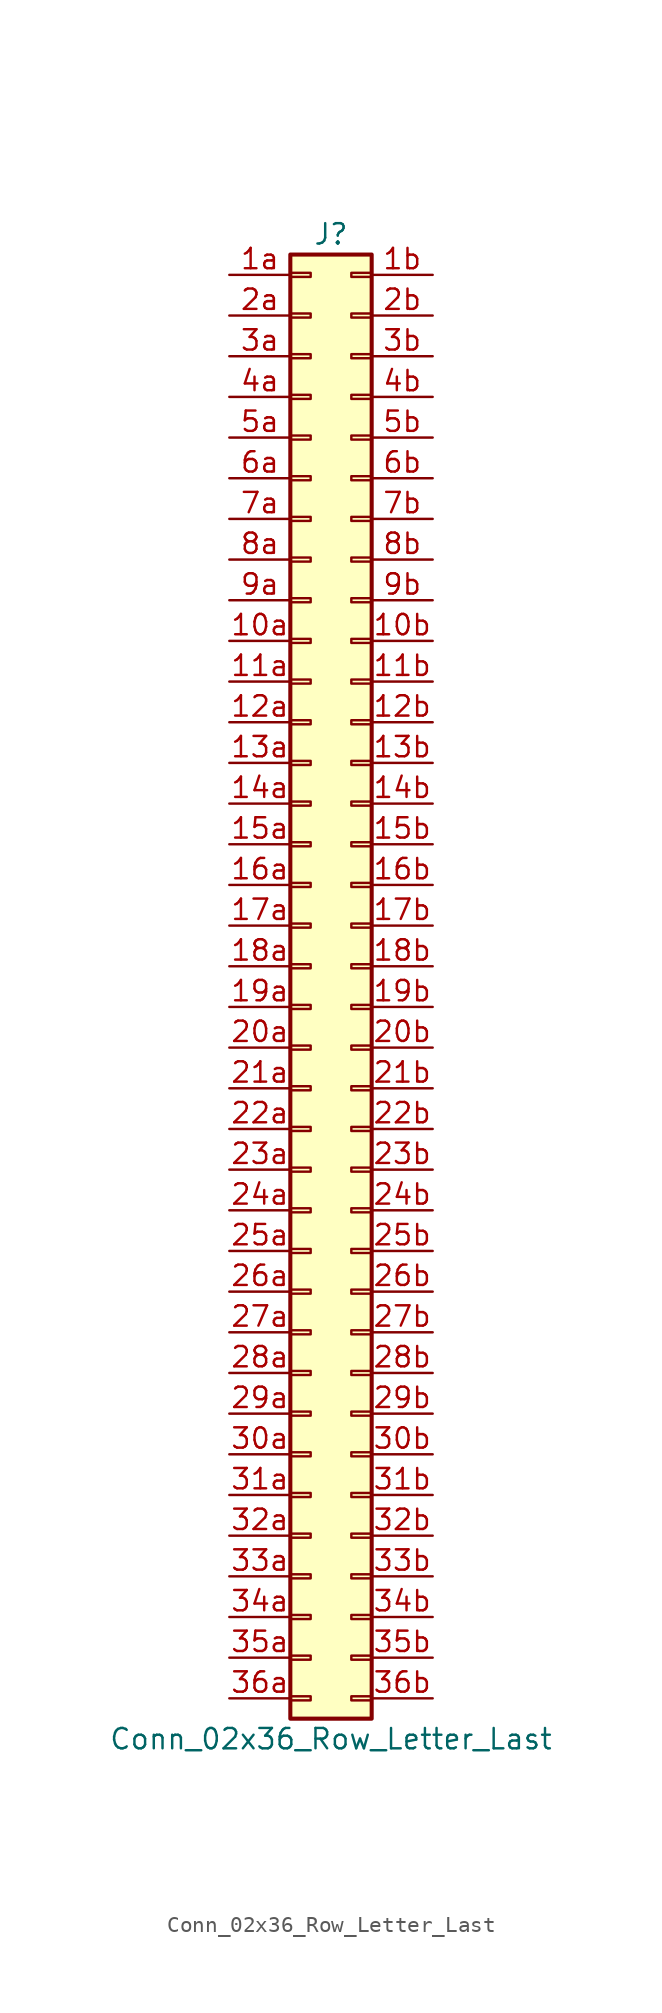
<source format=kicad_sym>
(kicad_symbol_lib
  (version 20201005)
  (generator kicad_symbol_editor)
  (symbol "Conn_02x36_Row_Letter_Last"
    (pin_names
      (offset 1.016) hide)
    (property "Reference" "J"
      (at 1.27 45.72 0)
      (effects (font (size 1.27 1.27))))
    (property "Value" "Conn_02x36_Row_Letter_Last"
      (at 1.27 -48.26 0)
      (effects (font (size 1.27 1.27))))
    (symbol "Conn_02x36_Row_Letter_Last_1_1"
      (rectangle (start -1.27 -45.593) (end 0 -45.847) (stroke (width 0.152)) (fill (type none)))
      (rectangle (start -1.27 -43.053) (end 0 -43.307) (stroke (width 0.152)) (fill (type none)))
      (rectangle (start -1.27 -40.513) (end 0 -40.767) (stroke (width 0.152)) (fill (type none)))
      (rectangle (start -1.27 -37.973) (end 0 -38.227) (stroke (width 0.152)) (fill (type none)))
      (rectangle (start -1.27 -35.433) (end 0 -35.687) (stroke (width 0.152)) (fill (type none)))
      (rectangle (start -1.27 -32.893) (end 0 -33.147) (stroke (width 0.152)) (fill (type none)))
      (rectangle (start -1.27 -30.353) (end 0 -30.607) (stroke (width 0.152)) (fill (type none)))
      (rectangle (start -1.27 -27.813) (end 0 -28.067) (stroke (width 0.152)) (fill (type none)))
      (rectangle (start -1.27 -25.273) (end 0 -25.527) (stroke (width 0.152)) (fill (type none)))
      (rectangle (start -1.27 -22.733) (end 0 -22.987) (stroke (width 0.152)) (fill (type none)))
      (rectangle (start -1.27 -20.193) (end 0 -20.447) (stroke (width 0.152)) (fill (type none)))
      (rectangle (start -1.27 -17.653) (end 0 -17.907) (stroke (width 0.152)) (fill (type none)))
      (rectangle (start -1.27 -15.113) (end 0 -15.367) (stroke (width 0.152)) (fill (type none)))
      (rectangle (start -1.27 -12.573) (end 0 -12.827) (stroke (width 0.152)) (fill (type none)))
      (rectangle (start -1.27 -10.033) (end 0 -10.287) (stroke (width 0.152)) (fill (type none)))
      (rectangle (start -1.27 -7.493) (end 0 -7.747) (stroke (width 0.152)) (fill (type none)))
      (rectangle (start -1.27 -4.953) (end 0 -5.207) (stroke (width 0.152)) (fill (type none)))
      (rectangle (start -1.27 -2.413) (end 0 -2.667) (stroke (width 0.152)) (fill (type none)))
      (rectangle (start -1.27 0.127) (end 0 -0.127) (stroke (width 0.152)) (fill (type none)))
      (rectangle (start -1.27 2.667) (end 0 2.413) (stroke (width 0.152)) (fill (type none)))
      (rectangle (start -1.27 5.207) (end 0 4.953) (stroke (width 0.152)) (fill (type none)))
      (rectangle (start -1.27 7.747) (end 0 7.493) (stroke (width 0.152)) (fill (type none)))
      (rectangle (start -1.27 10.287) (end 0 10.033) (stroke (width 0.152)) (fill (type none)))
      (rectangle (start -1.27 12.827) (end 0 12.573) (stroke (width 0.152)) (fill (type none)))
      (rectangle (start -1.27 15.367) (end 0 15.113) (stroke (width 0.152)) (fill (type none)))
      (rectangle (start -1.27 17.907) (end 0 17.653) (stroke (width 0.152)) (fill (type none)))
      (rectangle (start -1.27 20.447) (end 0 20.193) (stroke (width 0.152)) (fill (type none)))
      (rectangle (start -1.27 22.987) (end 0 22.733) (stroke (width 0.152)) (fill (type none)))
      (rectangle (start -1.27 25.527) (end 0 25.273) (stroke (width 0.152)) (fill (type none)))
      (rectangle (start -1.27 28.067) (end 0 27.813) (stroke (width 0.152)) (fill (type none)))
      (rectangle (start -1.27 30.607) (end 0 30.353) (stroke (width 0.152)) (fill (type none)))
      (rectangle (start -1.27 33.147) (end 0 32.893) (stroke (width 0.152)) (fill (type none)))
      (rectangle (start -1.27 35.687) (end 0 35.433) (stroke (width 0.152)) (fill (type none)))
      (rectangle (start -1.27 38.227) (end 0 37.973) (stroke (width 0.152)) (fill (type none)))
      (rectangle (start -1.27 40.767) (end 0 40.513) (stroke (width 0.152)) (fill (type none)))
      (rectangle (start -1.27 43.307) (end 0 43.053) (stroke (width 0.152)) (fill (type none)))
      (rectangle (start -1.27 44.45) (end 3.81 -46.99) (stroke (width 0.254)) (fill (type background)))
      (rectangle (start 3.81 -45.593) (end 2.54 -45.847) (stroke (width 0.152)) (fill (type none)))
      (rectangle (start 3.81 -43.053) (end 2.54 -43.307) (stroke (width 0.152)) (fill (type none)))
      (rectangle (start 3.81 -40.513) (end 2.54 -40.767) (stroke (width 0.152)) (fill (type none)))
      (rectangle (start 3.81 -37.973) (end 2.54 -38.227) (stroke (width 0.152)) (fill (type none)))
      (rectangle (start 3.81 -35.433) (end 2.54 -35.687) (stroke (width 0.152)) (fill (type none)))
      (rectangle (start 3.81 -32.893) (end 2.54 -33.147) (stroke (width 0.152)) (fill (type none)))
      (rectangle (start 3.81 -30.353) (end 2.54 -30.607) (stroke (width 0.152)) (fill (type none)))
      (rectangle (start 3.81 -27.813) (end 2.54 -28.067) (stroke (width 0.152)) (fill (type none)))
      (rectangle (start 3.81 -25.273) (end 2.54 -25.527) (stroke (width 0.152)) (fill (type none)))
      (rectangle (start 3.81 -22.733) (end 2.54 -22.987) (stroke (width 0.152)) (fill (type none)))
      (rectangle (start 3.81 -20.193) (end 2.54 -20.447) (stroke (width 0.152)) (fill (type none)))
      (rectangle (start 3.81 -17.653) (end 2.54 -17.907) (stroke (width 0.152)) (fill (type none)))
      (rectangle (start 3.81 -15.113) (end 2.54 -15.367) (stroke (width 0.152)) (fill (type none)))
      (rectangle (start 3.81 -12.573) (end 2.54 -12.827) (stroke (width 0.152)) (fill (type none)))
      (rectangle (start 3.81 -10.033) (end 2.54 -10.287) (stroke (width 0.152)) (fill (type none)))
      (rectangle (start 3.81 -7.493) (end 2.54 -7.747) (stroke (width 0.152)) (fill (type none)))
      (rectangle (start 3.81 -4.953) (end 2.54 -5.207) (stroke (width 0.152)) (fill (type none)))
      (rectangle (start 3.81 -2.413) (end 2.54 -2.667) (stroke (width 0.152)) (fill (type none)))
      (rectangle (start 3.81 0.127) (end 2.54 -0.127) (stroke (width 0.152)) (fill (type none)))
      (rectangle (start 3.81 2.667) (end 2.54 2.413) (stroke (width 0.152)) (fill (type none)))
      (rectangle (start 3.81 5.207) (end 2.54 4.953) (stroke (width 0.152)) (fill (type none)))
      (rectangle (start 3.81 7.747) (end 2.54 7.493) (stroke (width 0.152)) (fill (type none)))
      (rectangle (start 3.81 10.287) (end 2.54 10.033) (stroke (width 0.152)) (fill (type none)))
      (rectangle (start 3.81 12.827) (end 2.54 12.573) (stroke (width 0.152)) (fill (type none)))
      (rectangle (start 3.81 15.367) (end 2.54 15.113) (stroke (width 0.152)) (fill (type none)))
      (rectangle (start 3.81 17.907) (end 2.54 17.653) (stroke (width 0.152)) (fill (type none)))
      (rectangle (start 3.81 20.447) (end 2.54 20.193) (stroke (width 0.152)) (fill (type none)))
      (rectangle (start 3.81 22.987) (end 2.54 22.733) (stroke (width 0.152)) (fill (type none)))
      (rectangle (start 3.81 25.527) (end 2.54 25.273) (stroke (width 0.152)) (fill (type none)))
      (rectangle (start 3.81 28.067) (end 2.54 27.813) (stroke (width 0.152)) (fill (type none)))
      (rectangle (start 3.81 30.607) (end 2.54 30.353) (stroke (width 0.152)) (fill (type none)))
      (rectangle (start 3.81 33.147) (end 2.54 32.893) (stroke (width 0.152)) (fill (type none)))
      (rectangle (start 3.81 35.687) (end 2.54 35.433) (stroke (width 0.152)) (fill (type none)))
      (rectangle (start 3.81 38.227) (end 2.54 37.973) (stroke (width 0.152)) (fill (type none)))
      (rectangle (start 3.81 40.767) (end 2.54 40.513) (stroke (width 0.152)) (fill (type none)))
      (rectangle (start 3.81 43.307) (end 2.54 43.053) (stroke (width 0.152)) (fill (type none)))
      (pin passive line (at -5.08 20.32 0) (length 3.81) (name "Pin_10a" (effects (font (size 1.27 1.27)))) (number "10a" (effects (font (size 1.27 1.27)))))
      (pin passive line (at 7.62 20.32 180) (length 3.81) (name "Pin_10b" (effects (font (size 1.27 1.27)))) (number "10b" (effects (font (size 1.27 1.27)))))
      (pin passive line (at -5.08 17.78 0) (length 3.81) (name "Pin_11a" (effects (font (size 1.27 1.27)))) (number "11a" (effects (font (size 1.27 1.27)))))
      (pin passive line (at 7.62 17.78 180) (length 3.81) (name "Pin_11b" (effects (font (size 1.27 1.27)))) (number "11b" (effects (font (size 1.27 1.27)))))
      (pin passive line (at -5.08 15.24 0) (length 3.81) (name "Pin_12a" (effects (font (size 1.27 1.27)))) (number "12a" (effects (font (size 1.27 1.27)))))
      (pin passive line (at 7.62 15.24 180) (length 3.81) (name "Pin_12b" (effects (font (size 1.27 1.27)))) (number "12b" (effects (font (size 1.27 1.27)))))
      (pin passive line (at -5.08 12.7 0) (length 3.81) (name "Pin_13a" (effects (font (size 1.27 1.27)))) (number "13a" (effects (font (size 1.27 1.27)))))
      (pin passive line (at 7.62 12.7 180) (length 3.81) (name "Pin_13b" (effects (font (size 1.27 1.27)))) (number "13b" (effects (font (size 1.27 1.27)))))
      (pin passive line (at -5.08 10.16 0) (length 3.81) (name "Pin_14a" (effects (font (size 1.27 1.27)))) (number "14a" (effects (font (size 1.27 1.27)))))
      (pin passive line (at 7.62 10.16 180) (length 3.81) (name "Pin_14b" (effects (font (size 1.27 1.27)))) (number "14b" (effects (font (size 1.27 1.27)))))
      (pin passive line (at -5.08 7.62 0) (length 3.81) (name "Pin_15a" (effects (font (size 1.27 1.27)))) (number "15a" (effects (font (size 1.27 1.27)))))
      (pin passive line (at 7.62 7.62 180) (length 3.81) (name "Pin_15b" (effects (font (size 1.27 1.27)))) (number "15b" (effects (font (size 1.27 1.27)))))
      (pin passive line (at -5.08 5.08 0) (length 3.81) (name "Pin_16a" (effects (font (size 1.27 1.27)))) (number "16a" (effects (font (size 1.27 1.27)))))
      (pin passive line (at 7.62 5.08 180) (length 3.81) (name "Pin_16b" (effects (font (size 1.27 1.27)))) (number "16b" (effects (font (size 1.27 1.27)))))
      (pin passive line (at -5.08 2.54 0) (length 3.81) (name "Pin_17a" (effects (font (size 1.27 1.27)))) (number "17a" (effects (font (size 1.27 1.27)))))
      (pin passive line (at 7.62 2.54 180) (length 3.81) (name "Pin_17b" (effects (font (size 1.27 1.27)))) (number "17b" (effects (font (size 1.27 1.27)))))
      (pin passive line (at -5.08 0 0) (length 3.81) (name "Pin_18a" (effects (font (size 1.27 1.27)))) (number "18a" (effects (font (size 1.27 1.27)))))
      (pin passive line (at 7.62 0 180) (length 3.81) (name "Pin_18b" (effects (font (size 1.27 1.27)))) (number "18b" (effects (font (size 1.27 1.27)))))
      (pin passive line (at -5.08 -2.54 0) (length 3.81) (name "Pin_19a" (effects (font (size 1.27 1.27)))) (number "19a" (effects (font (size 1.27 1.27)))))
      (pin passive line (at 7.62 -2.54 180) (length 3.81) (name "Pin_19b" (effects (font (size 1.27 1.27)))) (number "19b" (effects (font (size 1.27 1.27)))))
      (pin passive line (at -5.08 43.18 0) (length 3.81) (name "Pin_1a" (effects (font (size 1.27 1.27)))) (number "1a" (effects (font (size 1.27 1.27)))))
      (pin passive line (at 7.62 43.18 180) (length 3.81) (name "Pin_1b" (effects (font (size 1.27 1.27)))) (number "1b" (effects (font (size 1.27 1.27)))))
      (pin passive line (at -5.08 -5.08 0) (length 3.81) (name "Pin_20a" (effects (font (size 1.27 1.27)))) (number "20a" (effects (font (size 1.27 1.27)))))
      (pin passive line (at 7.62 -5.08 180) (length 3.81) (name "Pin_20b" (effects (font (size 1.27 1.27)))) (number "20b" (effects (font (size 1.27 1.27)))))
      (pin passive line (at -5.08 -7.62 0) (length 3.81) (name "Pin_21a" (effects (font (size 1.27 1.27)))) (number "21a" (effects (font (size 1.27 1.27)))))
      (pin passive line (at 7.62 -7.62 180) (length 3.81) (name "Pin_21b" (effects (font (size 1.27 1.27)))) (number "21b" (effects (font (size 1.27 1.27)))))
      (pin passive line (at -5.08 -10.16 0) (length 3.81) (name "Pin_22a" (effects (font (size 1.27 1.27)))) (number "22a" (effects (font (size 1.27 1.27)))))
      (pin passive line (at 7.62 -10.16 180) (length 3.81) (name "Pin_22b" (effects (font (size 1.27 1.27)))) (number "22b" (effects (font (size 1.27 1.27)))))
      (pin passive line (at -5.08 -12.7 0) (length 3.81) (name "Pin_23a" (effects (font (size 1.27 1.27)))) (number "23a" (effects (font (size 1.27 1.27)))))
      (pin passive line (at 7.62 -12.7 180) (length 3.81) (name "Pin_23b" (effects (font (size 1.27 1.27)))) (number "23b" (effects (font (size 1.27 1.27)))))
      (pin passive line (at -5.08 -15.24 0) (length 3.81) (name "Pin_24a" (effects (font (size 1.27 1.27)))) (number "24a" (effects (font (size 1.27 1.27)))))
      (pin passive line (at 7.62 -15.24 180) (length 3.81) (name "Pin_24b" (effects (font (size 1.27 1.27)))) (number "24b" (effects (font (size 1.27 1.27)))))
      (pin passive line (at -5.08 -17.78 0) (length 3.81) (name "Pin_25a" (effects (font (size 1.27 1.27)))) (number "25a" (effects (font (size 1.27 1.27)))))
      (pin passive line (at 7.62 -17.78 180) (length 3.81) (name "Pin_25b" (effects (font (size 1.27 1.27)))) (number "25b" (effects (font (size 1.27 1.27)))))
      (pin passive line (at -5.08 -20.32 0) (length 3.81) (name "Pin_26a" (effects (font (size 1.27 1.27)))) (number "26a" (effects (font (size 1.27 1.27)))))
      (pin passive line (at 7.62 -20.32 180) (length 3.81) (name "Pin_26b" (effects (font (size 1.27 1.27)))) (number "26b" (effects (font (size 1.27 1.27)))))
      (pin passive line (at -5.08 -22.86 0) (length 3.81) (name "Pin_27a" (effects (font (size 1.27 1.27)))) (number "27a" (effects (font (size 1.27 1.27)))))
      (pin passive line (at 7.62 -22.86 180) (length 3.81) (name "Pin_27b" (effects (font (size 1.27 1.27)))) (number "27b" (effects (font (size 1.27 1.27)))))
      (pin passive line (at -5.08 -25.4 0) (length 3.81) (name "Pin_28a" (effects (font (size 1.27 1.27)))) (number "28a" (effects (font (size 1.27 1.27)))))
      (pin passive line (at 7.62 -25.4 180) (length 3.81) (name "Pin_28b" (effects (font (size 1.27 1.27)))) (number "28b" (effects (font (size 1.27 1.27)))))
      (pin passive line (at -5.08 -27.94 0) (length 3.81) (name "Pin_29a" (effects (font (size 1.27 1.27)))) (number "29a" (effects (font (size 1.27 1.27)))))
      (pin passive line (at 7.62 -27.94 180) (length 3.81) (name "Pin_29b" (effects (font (size 1.27 1.27)))) (number "29b" (effects (font (size 1.27 1.27)))))
      (pin passive line (at -5.08 40.64 0) (length 3.81) (name "Pin_2a" (effects (font (size 1.27 1.27)))) (number "2a" (effects (font (size 1.27 1.27)))))
      (pin passive line (at 7.62 40.64 180) (length 3.81) (name "Pin_2b" (effects (font (size 1.27 1.27)))) (number "2b" (effects (font (size 1.27 1.27)))))
      (pin passive line (at -5.08 -30.48 0) (length 3.81) (name "Pin_30a" (effects (font (size 1.27 1.27)))) (number "30a" (effects (font (size 1.27 1.27)))))
      (pin passive line (at 7.62 -30.48 180) (length 3.81) (name "Pin_30b" (effects (font (size 1.27 1.27)))) (number "30b" (effects (font (size 1.27 1.27)))))
      (pin passive line (at -5.08 -33.02 0) (length 3.81) (name "Pin_31a" (effects (font (size 1.27 1.27)))) (number "31a" (effects (font (size 1.27 1.27)))))
      (pin passive line (at 7.62 -33.02 180) (length 3.81) (name "Pin_31b" (effects (font (size 1.27 1.27)))) (number "31b" (effects (font (size 1.27 1.27)))))
      (pin passive line (at -5.08 -35.56 0) (length 3.81) (name "Pin_32a" (effects (font (size 1.27 1.27)))) (number "32a" (effects (font (size 1.27 1.27)))))
      (pin passive line (at 7.62 -35.56 180) (length 3.81) (name "Pin_32b" (effects (font (size 1.27 1.27)))) (number "32b" (effects (font (size 1.27 1.27)))))
      (pin passive line (at -5.08 -38.1 0) (length 3.81) (name "Pin_33a" (effects (font (size 1.27 1.27)))) (number "33a" (effects (font (size 1.27 1.27)))))
      (pin passive line (at 7.62 -38.1 180) (length 3.81) (name "Pin_33b" (effects (font (size 1.27 1.27)))) (number "33b" (effects (font (size 1.27 1.27)))))
      (pin passive line (at -5.08 -40.64 0) (length 3.81) (name "Pin_34a" (effects (font (size 1.27 1.27)))) (number "34a" (effects (font (size 1.27 1.27)))))
      (pin passive line (at 7.62 -40.64 180) (length 3.81) (name "Pin_34b" (effects (font (size 1.27 1.27)))) (number "34b" (effects (font (size 1.27 1.27)))))
      (pin passive line (at -5.08 -43.18 0) (length 3.81) (name "Pin_35a" (effects (font (size 1.27 1.27)))) (number "35a" (effects (font (size 1.27 1.27)))))
      (pin passive line (at 7.62 -43.18 180) (length 3.81) (name "Pin_35b" (effects (font (size 1.27 1.27)))) (number "35b" (effects (font (size 1.27 1.27)))))
      (pin passive line (at -5.08 -45.72 0) (length 3.81) (name "Pin_36a" (effects (font (size 1.27 1.27)))) (number "36a" (effects (font (size 1.27 1.27)))))
      (pin passive line (at 7.62 -45.72 180) (length 3.81) (name "Pin_36b" (effects (font (size 1.27 1.27)))) (number "36b" (effects (font (size 1.27 1.27)))))
      (pin passive line (at -5.08 38.1 0) (length 3.81) (name "Pin_3a" (effects (font (size 1.27 1.27)))) (number "3a" (effects (font (size 1.27 1.27)))))
      (pin passive line (at 7.62 38.1 180) (length 3.81) (name "Pin_3b" (effects (font (size 1.27 1.27)))) (number "3b" (effects (font (size 1.27 1.27)))))
      (pin passive line (at -5.08 35.56 0) (length 3.81) (name "Pin_4a" (effects (font (size 1.27 1.27)))) (number "4a" (effects (font (size 1.27 1.27)))))
      (pin passive line (at 7.62 35.56 180) (length 3.81) (name "Pin_4b" (effects (font (size 1.27 1.27)))) (number "4b" (effects (font (size 1.27 1.27)))))
      (pin passive line (at -5.08 33.02 0) (length 3.81) (name "Pin_5a" (effects (font (size 1.27 1.27)))) (number "5a" (effects (font (size 1.27 1.27)))))
      (pin passive line (at 7.62 33.02 180) (length 3.81) (name "Pin_5b" (effects (font (size 1.27 1.27)))) (number "5b" (effects (font (size 1.27 1.27)))))
      (pin passive line (at -5.08 30.48 0) (length 3.81) (name "Pin_6a" (effects (font (size 1.27 1.27)))) (number "6a" (effects (font (size 1.27 1.27)))))
      (pin passive line (at 7.62 30.48 180) (length 3.81) (name "Pin_6b" (effects (font (size 1.27 1.27)))) (number "6b" (effects (font (size 1.27 1.27)))))
      (pin passive line (at -5.08 27.94 0) (length 3.81) (name "Pin_7a" (effects (font (size 1.27 1.27)))) (number "7a" (effects (font (size 1.27 1.27)))))
      (pin passive line (at 7.62 27.94 180) (length 3.81) (name "Pin_7b" (effects (font (size 1.27 1.27)))) (number "7b" (effects (font (size 1.27 1.27)))))
      (pin passive line (at -5.08 25.4 0) (length 3.81) (name "Pin_8a" (effects (font (size 1.27 1.27)))) (number "8a" (effects (font (size 1.27 1.27)))))
      (pin passive line (at 7.62 25.4 180) (length 3.81) (name "Pin_8b" (effects (font (size 1.27 1.27)))) (number "8b" (effects (font (size 1.27 1.27)))))
      (pin passive line (at -5.08 22.86 0) (length 3.81) (name "Pin_9a" (effects (font (size 1.27 1.27)))) (number "9a" (effects (font (size 1.27 1.27)))))
      (pin passive line (at 7.62 22.86 180) (length 3.81) (name "Pin_9b" (effects (font (size 1.27 1.27)))) (number "9b" (effects (font (size 1.27 1.27))))))))
</source>
